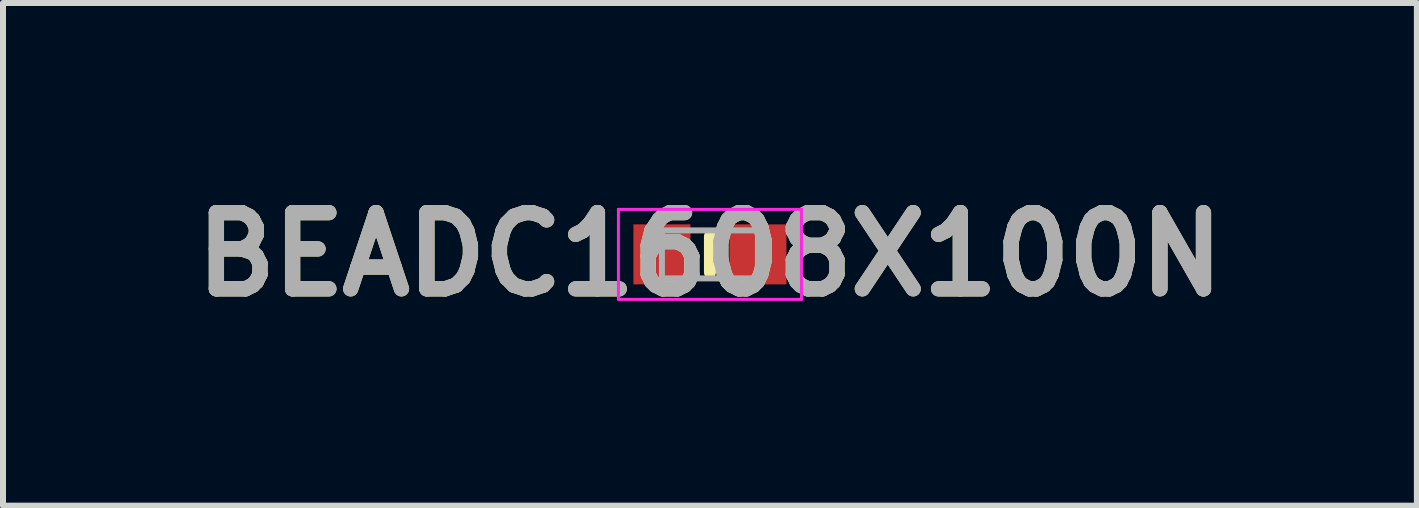
<source format=kicad_pcb>
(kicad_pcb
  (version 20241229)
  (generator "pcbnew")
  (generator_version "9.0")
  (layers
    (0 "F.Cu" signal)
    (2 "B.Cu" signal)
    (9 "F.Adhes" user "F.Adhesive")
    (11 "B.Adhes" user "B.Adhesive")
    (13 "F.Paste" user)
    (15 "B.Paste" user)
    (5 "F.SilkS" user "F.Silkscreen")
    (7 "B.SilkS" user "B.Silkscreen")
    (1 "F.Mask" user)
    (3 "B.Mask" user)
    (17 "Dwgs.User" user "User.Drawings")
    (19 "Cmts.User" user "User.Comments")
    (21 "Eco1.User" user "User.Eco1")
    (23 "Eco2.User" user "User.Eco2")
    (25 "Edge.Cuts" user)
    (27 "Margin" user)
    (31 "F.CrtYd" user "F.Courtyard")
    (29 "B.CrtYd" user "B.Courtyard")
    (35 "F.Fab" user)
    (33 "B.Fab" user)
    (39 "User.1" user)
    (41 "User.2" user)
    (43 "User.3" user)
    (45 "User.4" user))
  (footprint "BEADC1608X100N"
    (layer "F.Cu")
    (at 8.781 1.189)
    (property "Reference" "BEADC1608X100N" (at 0 0 0) (layer "F.SilkS") (effects (font (size 1.27 1.27) (thickness 0.254))))
    (attr smd)
    (fp_line (start 0 -0.3) (end 0 0.3) (stroke (width 0.2) (type solid)) (layer "F.SilkS"))
    (fp_line (start -1.525 -0.75) (end 1.525 -0.75) (stroke (width 0.05) (type solid)) (layer "F.CrtYd"))
    (fp_line (start -1.525 0.75) (end -1.525 -0.75) (stroke (width 0.05) (type solid)) (layer "F.CrtYd"))
    (fp_line (start 1.525 -0.75) (end 1.525 0.75) (stroke (width 0.05) (type solid)) (layer "F.CrtYd"))
    (fp_line (start 1.525 0.75) (end -1.525 0.75) (stroke (width 0.05) (type solid)) (layer "F.CrtYd"))
    (fp_line (start -0.8 -0.4) (end 0.8 -0.4) (stroke (width 0.1) (type solid)) (layer "F.Fab"))
    (fp_line (start -0.8 0.4) (end -0.8 -0.4) (stroke (width 0.1) (type solid)) (layer "F.Fab"))
    (fp_line (start 0.8 -0.4) (end 0.8 0.4) (stroke (width 0.1) (type solid)) (layer "F.Fab"))
    (fp_line (start 0.8 0.4) (end -0.8 0.4) (stroke (width 0.1) (type solid)) (layer "F.Fab"))
    (fp_text user "${REFERENCE}" (at 0 0 0) (layer "F.Fab") (effects (font (size 1.27 1.27) (thickness 0.254))))
    (pad "1" smd rect (at -0.8 0) (size 0.95 1) (layers "F.Cu" "F.Mask" "F.Paste"))
    (pad "2" smd rect (at 0.8 0) (size 0.95 1) (layers "F.Cu" "F.Mask" "F.Paste")))
  (gr_rect
    (start -3 -3)
    (end 20.562 5.377)
    (stroke (width 0.1) (type default))
    (fill no)
    (layer "Edge.Cuts")))
</source>
